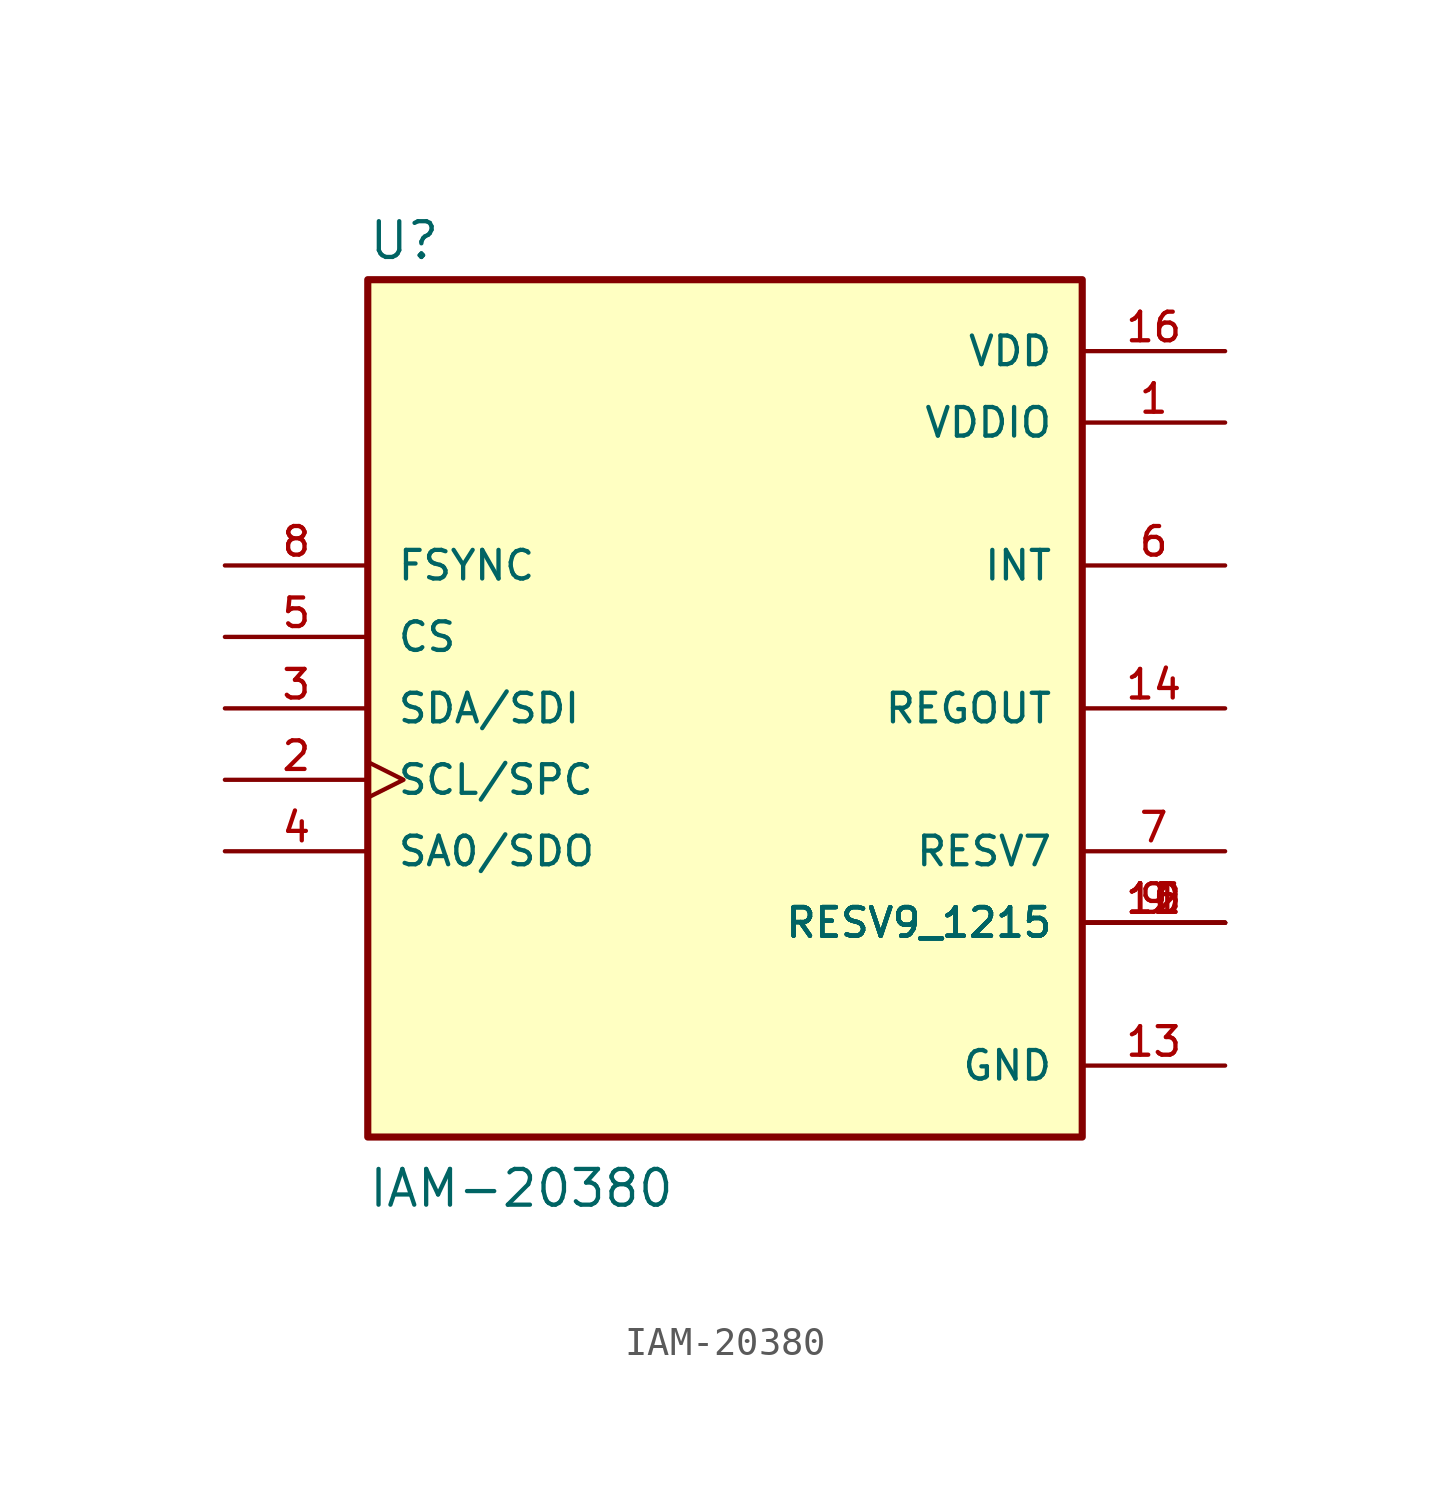
<source format=kicad_sym>
(kicad_symbol_lib
  (version 20211014)
  (generator kicad_symbol_editor)
  (symbol "IAM-20380"
    (pin_names
      (offset 1.016))
    (property "Reference" "U"
      (at -12.709 15.886 0)
      (effects (font (size 1.27 1.27)) (justify bottom left)))
    (property "Value" "IAM-20380"
      (at -12.72 -17.808 0)
      (effects (font (size 1.27 1.27)) (justify bottom left)))
    (symbol "IAM-20380_0_0"
      (rectangle (start -12.7 -15.24) (end 12.7 15.24) (stroke (width 0.254)) (fill (type background)))
      (pin power_in line (at 17.78 10.16 180.0) (length 5.08) (name "VDDIO" (effects (font (size 1.016 1.016)))) (number "1" (effects (font (size 1.016 1.016)))))
      (pin bidirectional clock (at -17.78 -2.54 0) (length 5.08) (name "SCL/SPC" (effects (font (size 1.016 1.016)))) (number "2" (effects (font (size 1.016 1.016)))))
      (pin input line (at -17.78 0.0 0) (length 5.08) (name "SDA/SDI" (effects (font (size 1.016 1.016)))) (number "3" (effects (font (size 1.016 1.016)))))
      (pin output line (at -17.78 -5.08 0) (length 5.08) (name "SA0/SDO" (effects (font (size 1.016 1.016)))) (number "4" (effects (font (size 1.016 1.016)))))
      (pin input line (at -17.78 2.54 0) (length 5.08) (name "CS" (effects (font (size 1.016 1.016)))) (number "5" (effects (font (size 1.016 1.016)))))
      (pin output line (at 17.78 5.08 180.0) (length 5.08) (name "INT" (effects (font (size 1.016 1.016)))) (number "6" (effects (font (size 1.016 1.016)))))
      (pin passive line (at 17.78 -5.08 180.0) (length 5.08) (name "RESV7" (effects (font (size 1.016 1.016)))) (number "7" (effects (font (size 1.016 1.016)))))
      (pin input line (at -17.78 5.08 0) (length 5.08) (name "FSYNC" (effects (font (size 1.016 1.016)))) (number "8" (effects (font (size 1.016 1.016)))))
      (pin power_in line (at 17.78 -12.7 180.0) (length 5.08) (name "GND" (effects (font (size 1.016 1.016)))) (number "13" (effects (font (size 1.016 1.016)))))
      (pin passive line (at 17.78 0.0 180.0) (length 5.08) (name "REGOUT" (effects (font (size 1.016 1.016)))) (number "14" (effects (font (size 1.016 1.016)))))
      (pin power_in line (at 17.78 12.7 180.0) (length 5.08) (name "VDD" (effects (font (size 1.016 1.016)))) (number "16" (effects (font (size 1.016 1.016)))))
      (pin passive line (at 17.78 -7.62 180.0) (length 5.08) (name "RESV9_1215" (effects (font (size 1.016 1.016)))) (number "9" (effects (font (size 1.016 1.016)))))
      (pin passive line (at 17.78 -7.62 180.0) (length 5.08) (name "RESV9_1215" (effects (font (size 1.016 1.016)))) (number "10" (effects (font (size 1.016 1.016)))))
      (pin passive line (at 17.78 -7.62 180.0) (length 5.08) (name "RESV9_1215" (effects (font (size 1.016 1.016)))) (number "11" (effects (font (size 1.016 1.016)))))
      (pin passive line (at 17.78 -7.62 180.0) (length 5.08) (name "RESV9_1215" (effects (font (size 1.016 1.016)))) (number "12" (effects (font (size 1.016 1.016)))))
      (pin passive line (at 17.78 -7.62 180.0) (length 5.08) (name "RESV9_1215" (effects (font (size 1.016 1.016)))) (number "15" (effects (font (size 1.016 1.016))))))))
</source>
